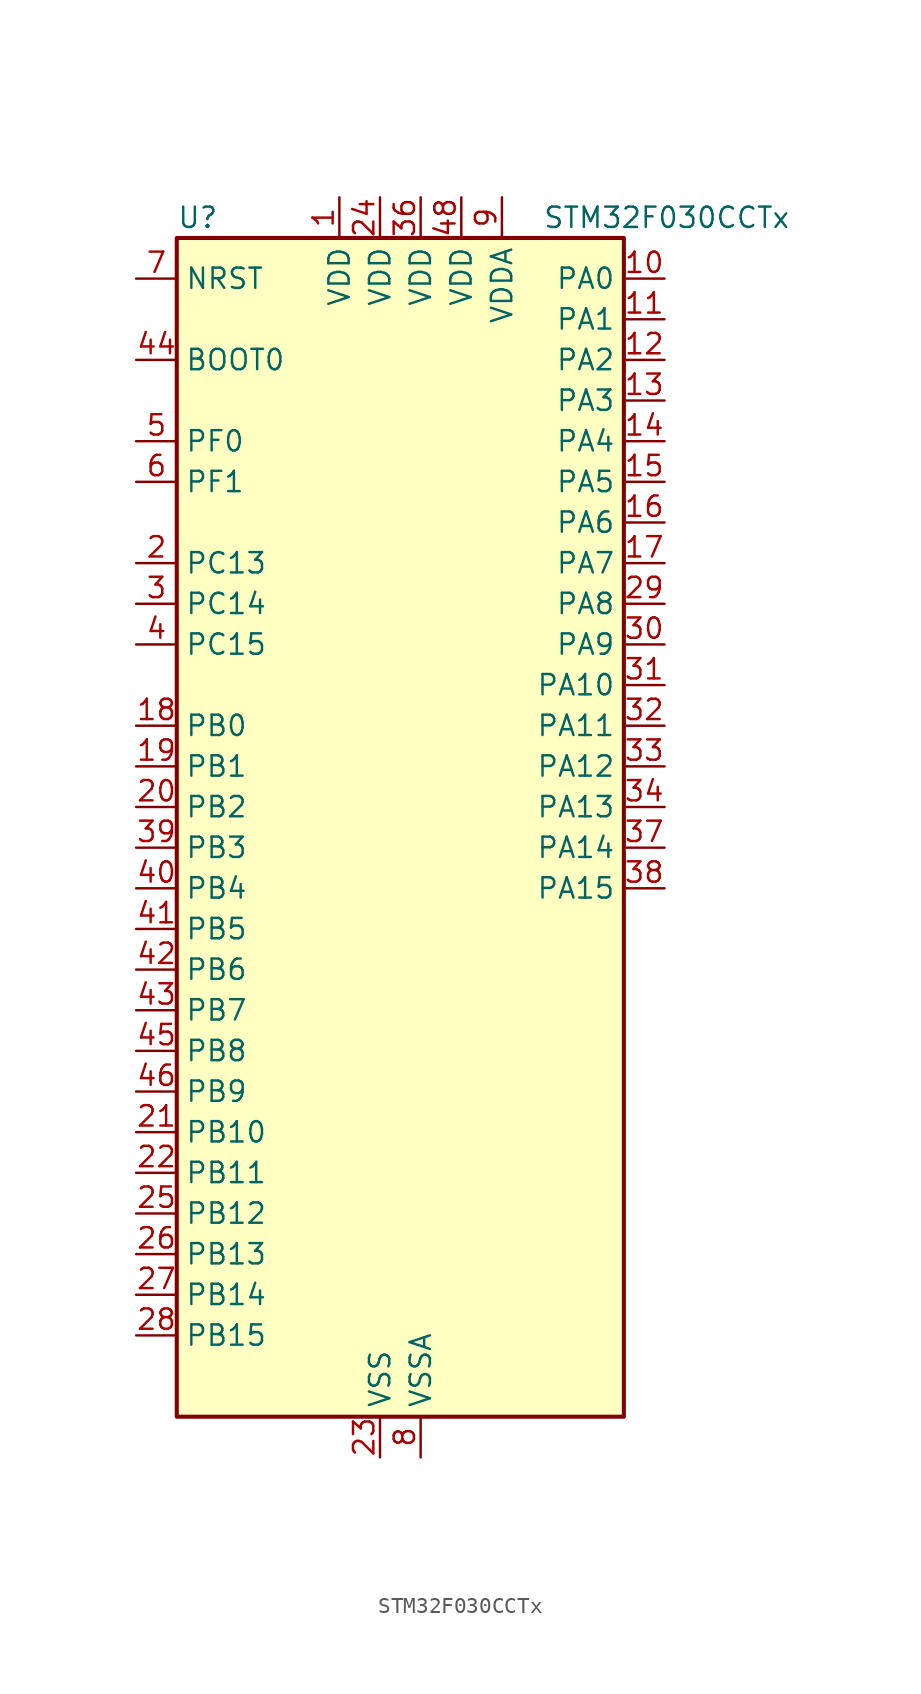
<source format=kicad_sym>
(kicad_symbol_lib
  (version 20231120)
  (generator "kicad_symbol_editor")
  (generator_version "8.0")
  (symbol "STM32F030CCTx"
    (property "Reference" "U"
      (at -12.7 39.37 0)
      (effects (font (size 1.27 1.27)) (justify left)))
    (property "Value" "STM32F030CCTx"
      (at 10.16 39.37 0)
      (effects (font (size 1.27 1.27)) (justify left)))
    (property "ki_locked" ""
      (at 0 0 0)
      (effects (font (size 1.27 1.27))))
    (symbol "STM32F030CCTx_0_1"
      (rectangle (start -12.7 -35.56) (end 15.24 38.1) (stroke (width 0.254) (type default)) (fill (type background))))
    (symbol "STM32F030CCTx_1_1"
      (pin power_in line (at -2.54 40.64 270) (length 2.54) (name "VDD" (effects (font (size 1.27 1.27)))) (number "1" (effects (font (size 1.27 1.27)))))
      (pin bidirectional line (at 17.78 35.56 180) (length 2.54) (name "PA0" (effects (font (size 1.27 1.27)))) (number "10" (effects (font (size 1.27 1.27)))) (alternate "ADC_IN0" bidirectional line) (alternate "RTC_TAMP2" bidirectional line) (alternate "SYS_WKUP1" bidirectional line) (alternate "USART2_CTS" bidirectional line) (alternate "USART4_TX" bidirectional line))
      (pin bidirectional line (at 17.78 33.02 180) (length 2.54) (name "PA1" (effects (font (size 1.27 1.27)))) (number "11" (effects (font (size 1.27 1.27)))) (alternate "ADC_IN1" bidirectional line) (alternate "TIM15_CH1N" bidirectional line) (alternate "USART2_DE" bidirectional line) (alternate "USART2_RTS" bidirectional line) (alternate "USART4_RX" bidirectional line))
      (pin bidirectional line (at 17.78 30.48 180) (length 2.54) (name "PA2" (effects (font (size 1.27 1.27)))) (number "12" (effects (font (size 1.27 1.27)))) (alternate "ADC_IN2" bidirectional line) (alternate "TIM15_CH1" bidirectional line) (alternate "USART2_TX" bidirectional line))
      (pin bidirectional line (at 17.78 27.94 180) (length 2.54) (name "PA3" (effects (font (size 1.27 1.27)))) (number "13" (effects (font (size 1.27 1.27)))) (alternate "ADC_IN3" bidirectional line) (alternate "TIM15_CH2" bidirectional line) (alternate "USART2_RX" bidirectional line))
      (pin bidirectional line (at 17.78 25.4 180) (length 2.54) (name "PA4" (effects (font (size 1.27 1.27)))) (number "14" (effects (font (size 1.27 1.27)))) (alternate "ADC_IN4" bidirectional line) (alternate "SPI1_NSS" bidirectional line) (alternate "TIM14_CH1" bidirectional line) (alternate "USART2_CK" bidirectional line) (alternate "USART6_TX" bidirectional line))
      (pin bidirectional line (at 17.78 22.86 180) (length 2.54) (name "PA5" (effects (font (size 1.27 1.27)))) (number "15" (effects (font (size 1.27 1.27)))) (alternate "ADC_IN5" bidirectional line) (alternate "SPI1_SCK" bidirectional line) (alternate "USART6_RX" bidirectional line))
      (pin bidirectional line (at 17.78 20.32 180) (length 2.54) (name "PA6" (effects (font (size 1.27 1.27)))) (number "16" (effects (font (size 1.27 1.27)))) (alternate "ADC_IN6" bidirectional line) (alternate "SPI1_MISO" bidirectional line) (alternate "TIM16_CH1" bidirectional line) (alternate "TIM1_BKIN" bidirectional line) (alternate "TIM3_CH1" bidirectional line) (alternate "USART3_CTS" bidirectional line))
      (pin bidirectional line (at 17.78 17.78 180) (length 2.54) (name "PA7" (effects (font (size 1.27 1.27)))) (number "17" (effects (font (size 1.27 1.27)))) (alternate "ADC_IN7" bidirectional line) (alternate "SPI1_MOSI" bidirectional line) (alternate "TIM14_CH1" bidirectional line) (alternate "TIM17_CH1" bidirectional line) (alternate "TIM1_CH1N" bidirectional line) (alternate "TIM3_CH2" bidirectional line))
      (pin bidirectional line (at -15.24 7.62 0) (length 2.54) (name "PB0" (effects (font (size 1.27 1.27)))) (number "18" (effects (font (size 1.27 1.27)))) (alternate "ADC_IN8" bidirectional line) (alternate "TIM1_CH2N" bidirectional line) (alternate "TIM3_CH3" bidirectional line) (alternate "USART3_CK" bidirectional line))
      (pin bidirectional line (at -15.24 5.08 0) (length 2.54) (name "PB1" (effects (font (size 1.27 1.27)))) (number "19" (effects (font (size 1.27 1.27)))) (alternate "ADC_IN9" bidirectional line) (alternate "TIM14_CH1" bidirectional line) (alternate "TIM1_CH3N" bidirectional line) (alternate "TIM3_CH4" bidirectional line) (alternate "USART3_DE" bidirectional line) (alternate "USART3_RTS" bidirectional line))
      (pin bidirectional line (at -15.24 17.78 0) (length 2.54) (name "PC13" (effects (font (size 1.27 1.27)))) (number "2" (effects (font (size 1.27 1.27)))) (alternate "RTC_OUT_ALARM" bidirectional line) (alternate "RTC_OUT_CALIB" bidirectional line) (alternate "RTC_TAMP1" bidirectional line) (alternate "RTC_TS" bidirectional line) (alternate "SYS_WKUP2" bidirectional line))
      (pin bidirectional line (at -15.24 2.54 0) (length 2.54) (name "PB2" (effects (font (size 1.27 1.27)))) (number "20" (effects (font (size 1.27 1.27)))))
      (pin bidirectional line (at -15.24 -17.78 0) (length 2.54) (name "PB10" (effects (font (size 1.27 1.27)))) (number "21" (effects (font (size 1.27 1.27)))) (alternate "I2C2_SCL" bidirectional line) (alternate "SPI2_SCK" bidirectional line) (alternate "USART3_TX" bidirectional line))
      (pin bidirectional line (at -15.24 -20.32 0) (length 2.54) (name "PB11" (effects (font (size 1.27 1.27)))) (number "22" (effects (font (size 1.27 1.27)))) (alternate "I2C2_SDA" bidirectional line) (alternate "USART3_RX" bidirectional line))
      (pin power_in line (at 0 -38.1 90) (length 2.54) (name "VSS" (effects (font (size 1.27 1.27)))) (number "23" (effects (font (size 1.27 1.27)))))
      (pin power_in line (at 0 40.64 270) (length 2.54) (name "VDD" (effects (font (size 1.27 1.27)))) (number "24" (effects (font (size 1.27 1.27)))))
      (pin bidirectional line (at -15.24 -22.86 0) (length 2.54) (name "PB12" (effects (font (size 1.27 1.27)))) (number "25" (effects (font (size 1.27 1.27)))) (alternate "SPI2_NSS" bidirectional line) (alternate "TIM15_BKIN" bidirectional line) (alternate "TIM1_BKIN" bidirectional line) (alternate "USART3_CK" bidirectional line))
      (pin bidirectional line (at -15.24 -25.4 0) (length 2.54) (name "PB13" (effects (font (size 1.27 1.27)))) (number "26" (effects (font (size 1.27 1.27)))) (alternate "I2C2_SCL" bidirectional line) (alternate "SPI2_SCK" bidirectional line) (alternate "TIM1_CH1N" bidirectional line) (alternate "USART3_CTS" bidirectional line))
      (pin bidirectional line (at -15.24 -27.94 0) (length 2.54) (name "PB14" (effects (font (size 1.27 1.27)))) (number "27" (effects (font (size 1.27 1.27)))) (alternate "I2C2_SDA" bidirectional line) (alternate "SPI2_MISO" bidirectional line) (alternate "TIM15_CH1" bidirectional line) (alternate "TIM1_CH2N" bidirectional line) (alternate "USART3_DE" bidirectional line) (alternate "USART3_RTS" bidirectional line))
      (pin bidirectional line (at -15.24 -30.48 0) (length 2.54) (name "PB15" (effects (font (size 1.27 1.27)))) (number "28" (effects (font (size 1.27 1.27)))) (alternate "RTC_REFIN" bidirectional line) (alternate "SPI2_MOSI" bidirectional line) (alternate "TIM15_CH1N" bidirectional line) (alternate "TIM15_CH2" bidirectional line) (alternate "TIM1_CH3N" bidirectional line))
      (pin bidirectional line (at 17.78 15.24 180) (length 2.54) (name "PA8" (effects (font (size 1.27 1.27)))) (number "29" (effects (font (size 1.27 1.27)))) (alternate "RCC_MCO" bidirectional line) (alternate "TIM1_CH1" bidirectional line) (alternate "USART1_CK" bidirectional line))
      (pin bidirectional line (at -15.24 15.24 0) (length 2.54) (name "PC14" (effects (font (size 1.27 1.27)))) (number "3" (effects (font (size 1.27 1.27)))) (alternate "RCC_OSC32_IN" bidirectional line))
      (pin bidirectional line (at 17.78 12.7 180) (length 2.54) (name "PA9" (effects (font (size 1.27 1.27)))) (number "30" (effects (font (size 1.27 1.27)))) (alternate "I2C1_SCL" bidirectional line) (alternate "RCC_MCO" bidirectional line) (alternate "TIM15_BKIN" bidirectional line) (alternate "TIM1_CH2" bidirectional line) (alternate "USART1_TX" bidirectional line))
      (pin bidirectional line (at 17.78 10.16 180) (length 2.54) (name "PA10" (effects (font (size 1.27 1.27)))) (number "31" (effects (font (size 1.27 1.27)))) (alternate "I2C1_SDA" bidirectional line) (alternate "TIM17_BKIN" bidirectional line) (alternate "TIM1_CH3" bidirectional line) (alternate "USART1_RX" bidirectional line))
      (pin bidirectional line (at 17.78 7.62 180) (length 2.54) (name "PA11" (effects (font (size 1.27 1.27)))) (number "32" (effects (font (size 1.27 1.27)))) (alternate "I2C2_SCL" bidirectional line) (alternate "TIM1_CH4" bidirectional line) (alternate "USART1_CTS" bidirectional line))
      (pin bidirectional line (at 17.78 5.08 180) (length 2.54) (name "PA12" (effects (font (size 1.27 1.27)))) (number "33" (effects (font (size 1.27 1.27)))) (alternate "I2C2_SDA" bidirectional line) (alternate "TIM1_ETR" bidirectional line) (alternate "USART1_DE" bidirectional line) (alternate "USART1_RTS" bidirectional line))
      (pin bidirectional line (at 17.78 2.54 180) (length 2.54) (name "PA13" (effects (font (size 1.27 1.27)))) (number "34" (effects (font (size 1.27 1.27)))) (alternate "IR_OUT" bidirectional line) (alternate "SYS_SWDIO" bidirectional line))
      (pin passive line (at 0 -38.1 90) (length 2.54) hide (name "VSS" (effects (font (size 1.27 1.27)))) (number "35" (effects (font (size 1.27 1.27)))))
      (pin power_in line (at 2.54 40.64 270) (length 2.54) (name "VDD" (effects (font (size 1.27 1.27)))) (number "36" (effects (font (size 1.27 1.27)))))
      (pin bidirectional line (at 17.78 0 180) (length 2.54) (name "PA14" (effects (font (size 1.27 1.27)))) (number "37" (effects (font (size 1.27 1.27)))) (alternate "SYS_SWCLK" bidirectional line) (alternate "USART2_TX" bidirectional line))
      (pin bidirectional line (at 17.78 -2.54 180) (length 2.54) (name "PA15" (effects (font (size 1.27 1.27)))) (number "38" (effects (font (size 1.27 1.27)))) (alternate "SPI1_NSS" bidirectional line) (alternate "USART2_RX" bidirectional line) (alternate "USART4_DE" bidirectional line) (alternate "USART4_RTS" bidirectional line))
      (pin bidirectional line (at -15.24 0 0) (length 2.54) (name "PB3" (effects (font (size 1.27 1.27)))) (number "39" (effects (font (size 1.27 1.27)))) (alternate "SPI1_SCK" bidirectional line) (alternate "USART5_TX" bidirectional line))
      (pin bidirectional line (at -15.24 12.7 0) (length 2.54) (name "PC15" (effects (font (size 1.27 1.27)))) (number "4" (effects (font (size 1.27 1.27)))) (alternate "RCC_OSC32_OUT" bidirectional line))
      (pin bidirectional line (at -15.24 -2.54 0) (length 2.54) (name "PB4" (effects (font (size 1.27 1.27)))) (number "40" (effects (font (size 1.27 1.27)))) (alternate "SPI1_MISO" bidirectional line) (alternate "TIM17_BKIN" bidirectional line) (alternate "TIM3_CH1" bidirectional line) (alternate "USART5_RX" bidirectional line))
      (pin bidirectional line (at -15.24 -5.08 0) (length 2.54) (name "PB5" (effects (font (size 1.27 1.27)))) (number "41" (effects (font (size 1.27 1.27)))) (alternate "I2C1_SMBA" bidirectional line) (alternate "SPI1_MOSI" bidirectional line) (alternate "TIM16_BKIN" bidirectional line) (alternate "TIM3_CH2" bidirectional line) (alternate "USART5_CK" bidirectional line) (alternate "USART5_DE" bidirectional line) (alternate "USART5_RTS" bidirectional line))
      (pin bidirectional line (at -15.24 -7.62 0) (length 2.54) (name "PB6" (effects (font (size 1.27 1.27)))) (number "42" (effects (font (size 1.27 1.27)))) (alternate "I2C1_SCL" bidirectional line) (alternate "TIM16_CH1N" bidirectional line) (alternate "USART1_TX" bidirectional line))
      (pin bidirectional line (at -15.24 -10.16 0) (length 2.54) (name "PB7" (effects (font (size 1.27 1.27)))) (number "43" (effects (font (size 1.27 1.27)))) (alternate "I2C1_SDA" bidirectional line) (alternate "TIM17_CH1N" bidirectional line) (alternate "USART1_RX" bidirectional line) (alternate "USART4_CTS" bidirectional line))
      (pin input line (at -15.24 30.48 0) (length 2.54) (name "BOOT0" (effects (font (size 1.27 1.27)))) (number "44" (effects (font (size 1.27 1.27)))))
      (pin bidirectional line (at -15.24 -12.7 0) (length 2.54) (name "PB8" (effects (font (size 1.27 1.27)))) (number "45" (effects (font (size 1.27 1.27)))) (alternate "I2C1_SCL" bidirectional line) (alternate "TIM16_CH1" bidirectional line))
      (pin bidirectional line (at -15.24 -15.24 0) (length 2.54) (name "PB9" (effects (font (size 1.27 1.27)))) (number "46" (effects (font (size 1.27 1.27)))) (alternate "I2C1_SDA" bidirectional line) (alternate "IR_OUT" bidirectional line) (alternate "SPI2_NSS" bidirectional line) (alternate "TIM17_CH1" bidirectional line))
      (pin passive line (at 0 -38.1 90) (length 2.54) hide (name "VSS" (effects (font (size 1.27 1.27)))) (number "47" (effects (font (size 1.27 1.27)))))
      (pin power_in line (at 5.08 40.64 270) (length 2.54) (name "VDD" (effects (font (size 1.27 1.27)))) (number "48" (effects (font (size 1.27 1.27)))))
      (pin bidirectional line (at -15.24 25.4 0) (length 2.54) (name "PF0" (effects (font (size 1.27 1.27)))) (number "5" (effects (font (size 1.27 1.27)))) (alternate "I2C1_SDA" bidirectional line) (alternate "RCC_OSC_IN" bidirectional line))
      (pin bidirectional line (at -15.24 22.86 0) (length 2.54) (name "PF1" (effects (font (size 1.27 1.27)))) (number "6" (effects (font (size 1.27 1.27)))) (alternate "I2C1_SCL" bidirectional line) (alternate "RCC_OSC_OUT" bidirectional line))
      (pin input line (at -15.24 35.56 0) (length 2.54) (name "NRST" (effects (font (size 1.27 1.27)))) (number "7" (effects (font (size 1.27 1.27)))))
      (pin power_in line (at 2.54 -38.1 90) (length 2.54) (name "VSSA" (effects (font (size 1.27 1.27)))) (number "8" (effects (font (size 1.27 1.27)))))
      (pin power_in line (at 7.62 40.64 270) (length 2.54) (name "VDDA" (effects (font (size 1.27 1.27)))) (number "9" (effects (font (size 1.27 1.27))))))))
</source>
